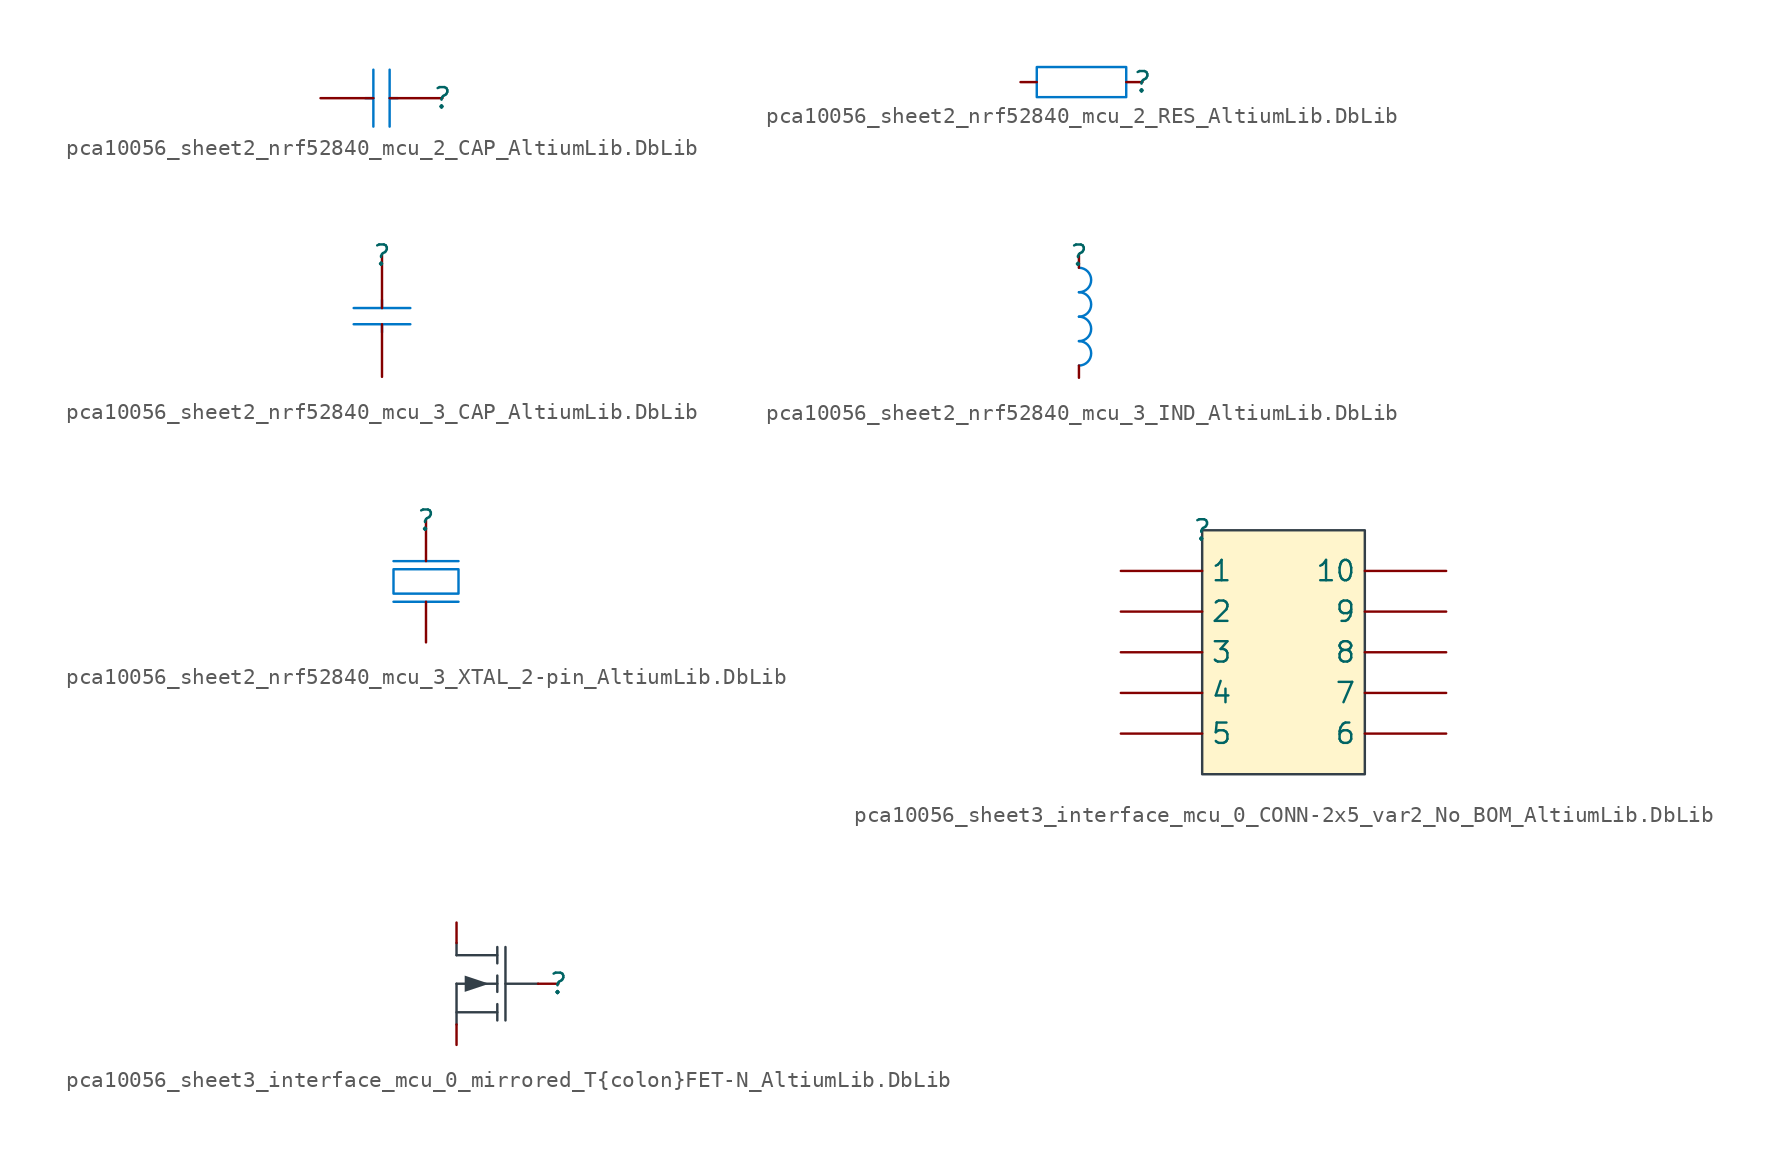
<source format=kicad_sym>
(kicad_symbol_lib
  (version 20241209)
  (generator "kicad_symbol_editor")
  (generator_version "9.0")
  (symbol "pca10056_sheet2_nrf52840_mcu_2_CAP_AltiumLib.DbLib"
    (pin_numbers
      (hide yes))
    (pin_names
      (hide yes))
    (property "Reference" ""
      (at 0 0 0)
      (effects (font (size 1.27 1.27))))
    (property "Value" ""
      (at 0 0 0)
      (effects (font (size 1.27 1.27))))
    (symbol "pca10056_sheet2_nrf52840_mcu_2_CAP_AltiumLib.DbLib_1_0"
      (polyline (pts (xy -4.318 1.778) (xy -4.318 -1.778)) (stroke (width 0) (type solid) (color 0 119 200 1)) (fill (type none)))
      (polyline (pts (xy -4.318 0) (xy -4.826 0)) (stroke (width 0) (type solid) (color 0 119 200 1)) (fill (type none)))
      (polyline (pts (xy -3.302 1.778) (xy -3.302 -1.778)) (stroke (width 0) (type solid) (color 0 119 200 1)) (fill (type none)))
      (polyline (pts (xy -3.302 0) (xy -2.794 0)) (stroke (width 0) (type solid) (color 0 119 200 1)) (fill (type none)))
      (pin passive line (at -7.62 0 0) (length 3.302) (name "2" (effects (font (size 1.27 1.27)))) (number "2" (effects (font (size 1.27 1.27)))))
      (pin passive line (at 0 0 180) (length 3.302) (name "1" (effects (font (size 1.27 1.27)))) (number "1" (effects (font (size 1.27 1.27)))))))
  (symbol "pca10056_sheet2_nrf52840_mcu_2_RES_AltiumLib.DbLib"
    (pin_numbers
      (hide yes))
    (pin_names
      (hide yes))
    (property "Reference" ""
      (at 0 0 0)
      (effects (font (size 1.27 1.27))))
    (property "Value" ""
      (at 0 0 0)
      (effects (font (size 1.27 1.27))))
    (symbol "pca10056_sheet2_nrf52840_mcu_2_RES_AltiumLib.DbLib_1_0"
      (polyline (pts (xy -6.604 -0.94) (xy -1.016 -0.94) (xy -1.016 0.94) (xy -6.604 0.94) (xy -6.604 -0.94)) (stroke (width 0) (type solid) (color 0 119 200 1)) (fill (type none)))
      (pin passive line (at -7.62 0 0) (length 1.016) (name "2" (effects (font (size 1.27 1.27)))) (number "2" (effects (font (size 1.27 1.27)))))
      (pin passive line (at 0 0 180) (length 1.016) (name "1" (effects (font (size 1.27 1.27)))) (number "1" (effects (font (size 1.27 1.27)))))))
  (symbol "pca10056_sheet2_nrf52840_mcu_3_CAP_AltiumLib.DbLib"
    (pin_numbers
      (hide yes))
    (pin_names
      (hide yes))
    (property "Reference" ""
      (at 0 0 0)
      (effects (font (size 1.27 1.27))))
    (property "Value" ""
      (at 0 0 0)
      (effects (font (size 1.27 1.27))))
    (symbol "pca10056_sheet2_nrf52840_mcu_3_CAP_AltiumLib.DbLib_1_0"
      (polyline (pts (xy -1.778 -3.302) (xy 1.778 -3.302)) (stroke (width 0) (type solid) (color 0 119 200 1)) (fill (type none)))
      (polyline (pts (xy -1.778 -4.318) (xy 1.778 -4.318)) (stroke (width 0) (type solid) (color 0 119 200 1)) (fill (type none)))
      (polyline (pts (xy 0 -3.302) (xy 0 -2.794)) (stroke (width 0) (type solid) (color 0 119 200 1)) (fill (type none)))
      (polyline (pts (xy 0 -4.318) (xy 0 -4.826)) (stroke (width 0) (type solid) (color 0 119 200 1)) (fill (type none)))
      (pin passive line (at 0 0 270) (length 3.302) (name "1" (effects (font (size 1.27 1.27)))) (number "1" (effects (font (size 1.27 1.27)))))
      (pin passive line (at 0 -7.62 90) (length 3.302) (name "2" (effects (font (size 1.27 1.27)))) (number "2" (effects (font (size 1.27 1.27)))))))
  (symbol "pca10056_sheet2_nrf52840_mcu_3_IND_AltiumLib.DbLib"
    (pin_numbers
      (hide yes))
    (pin_names
      (hide yes))
    (property "Reference" ""
      (at 0 0 0)
      (effects (font (size 1.27 1.27))))
    (property "Value" ""
      (at 0 0 0)
      (effects (font (size 1.27 1.27))))
    (symbol "pca10056_sheet2_nrf52840_mcu_3_IND_AltiumLib.DbLib_1_0"
      (arc (start 0 -0.762) (mid 0.762 -1.524) (end 0 -2.286) (stroke (width 0) (type solid) (color 0 119 200 1)) (fill (type none)))
      (arc (start 0 -2.286) (mid 0.762 -3.048) (end 0 -3.81) (stroke (width 0) (type solid) (color 0 119 200 1)) (fill (type none)))
      (arc (start 0 -3.81) (mid 0.762 -4.572) (end 0 -5.334) (stroke (width 0) (type solid) (color 0 119 200 1)) (fill (type none)))
      (arc (start 0 -5.334) (mid 0.762 -6.096) (end 0 -6.858) (stroke (width 0) (type solid) (color 0 119 200 1)) (fill (type none)))
      (pin passive line (at 0 0 270) (length 0.762) (name "1" (effects (font (size 1.27 1.27)))) (number "1" (effects (font (size 1.27 1.27)))))
      (pin passive line (at 0 -7.62 90) (length 0.762) (name "2" (effects (font (size 1.27 1.27)))) (number "2" (effects (font (size 1.27 1.27)))))))
  (symbol "pca10056_sheet2_nrf52840_mcu_3_XTAL_2-pin_AltiumLib.DbLib"
    (pin_numbers
      (hide yes))
    (pin_names
      (hide yes))
    (property "Reference" ""
      (at 0 0 0)
      (effects (font (size 1.27 1.27))))
    (property "Value" ""
      (at 0 0 0)
      (effects (font (size 1.27 1.27))))
    (symbol "pca10056_sheet2_nrf52840_mcu_3_XTAL_2-pin_AltiumLib.DbLib_1_0"
      (polyline (pts (xy -2.032 -4.572) (xy 2.032 -4.572) (xy 2.032 -3.048) (xy -2.032 -3.048) (xy -2.032 -4.572)) (stroke (width 0) (type solid) (color 0 119 200 1)) (fill (type none)))
      (polyline (pts (xy 2.032 -2.54) (xy -2.032 -2.54)) (stroke (width 0) (type solid) (color 0 119 200 1)) (fill (type none)))
      (polyline (pts (xy 2.032 -5.08) (xy -2.032 -5.08)) (stroke (width 0) (type solid) (color 0 119 200 1)) (fill (type none)))
      (pin passive line (at 0 0 270) (length 2.54) (name "inp" (effects (font (size 1.27 1.27)))) (number "1" (effects (font (size 1.27 1.27)))))
      (pin passive line (at 0 -7.62 90) (length 2.54) (name "out" (effects (font (size 1.27 1.27)))) (number "2" (effects (font (size 1.27 1.27)))))))
  (symbol "pca10056_sheet3_interface_mcu_0_CONN-2x5_var2_No_BOM_AltiumLib.DbLib"
    (pin_numbers
      (hide yes))
    (property "Reference" ""
      (at 0 0 0)
      (effects (font (size 1.27 1.27))))
    (property "Value" ""
      (at 0 0 0)
      (effects (font (size 1.27 1.27))))
    (symbol "pca10056_sheet3_interface_mcu_0_CONN-2x5_var2_No_BOM_AltiumLib.DbLib_1_0"
      (rectangle (start 10.16 0) (end 0 -15.24) (stroke (width 0) (type solid) (color 51 63 72 1)) (fill (type color) (color 255 245 204 1)))
      (pin passive line (at -5.08 -2.54 0) (length 5.08) (name "1" (effects (font (size 1.27 1.27)))) (number "1" (effects (font (size 1.27 1.27)))))
      (pin passive line (at -5.08 -5.08 0) (length 5.08) (name "2" (effects (font (size 1.27 1.27)))) (number "2" (effects (font (size 1.27 1.27)))))
      (pin passive line (at -5.08 -7.62 0) (length 5.08) (name "3" (effects (font (size 1.27 1.27)))) (number "3" (effects (font (size 1.27 1.27)))))
      (pin passive line (at -5.08 -10.16 0) (length 5.08) (name "4" (effects (font (size 1.27 1.27)))) (number "4" (effects (font (size 1.27 1.27)))))
      (pin passive line (at -5.08 -12.7 0) (length 5.08) (name "5" (effects (font (size 1.27 1.27)))) (number "5" (effects (font (size 1.27 1.27)))))
      (pin passive line (at 15.24 -2.54 180) (length 5.08) (name "10" (effects (font (size 1.27 1.27)))) (number "10" (effects (font (size 1.27 1.27)))))
      (pin passive line (at 15.24 -5.08 180) (length 5.08) (name "9" (effects (font (size 1.27 1.27)))) (number "9" (effects (font (size 1.27 1.27)))))
      (pin passive line (at 15.24 -7.62 180) (length 5.08) (name "8" (effects (font (size 1.27 1.27)))) (number "8" (effects (font (size 1.27 1.27)))))
      (pin passive line (at 15.24 -10.16 180) (length 5.08) (name "7" (effects (font (size 1.27 1.27)))) (number "7" (effects (font (size 1.27 1.27)))))
      (pin passive line (at 15.24 -12.7 180) (length 5.08) (name "6" (effects (font (size 1.27 1.27)))) (number "6" (effects (font (size 1.27 1.27)))))))
  (symbol "pca10056_sheet3_interface_mcu_0_mirrored_T{colon}FET-N_AltiumLib.DbLib"
    (pin_numbers
      (hide yes))
    (pin_names
      (hide yes))
    (property "Reference" ""
      (at 0 0 0)
      (effects (font (size 1.27 1.27))))
    (property "Value" ""
      (at 0 0 0)
      (effects (font (size 1.27 1.27))))
    (symbol "pca10056_sheet3_interface_mcu_0_mirrored_T{colon}FET-N_AltiumLib.DbLib_1_0"
      (polyline (pts (xy -6.35 1.778) (xy -6.35 2.54)) (stroke (width 0) (type solid) (color 51 63 72 1)) (fill (type none)))
      (polyline (pts (xy -6.35 1.778) (xy -3.81 1.778)) (stroke (width 0) (type solid) (color 51 63 72 1)) (fill (type none)))
      (polyline (pts (xy -6.35 0) (xy -6.35 -2.54)) (stroke (width 0) (type solid) (color 51 63 72 1)) (fill (type none)))
      (polyline (pts (xy -6.35 0) (xy -3.81 0)) (stroke (width 0) (type solid) (color 51 63 72 1)) (fill (type none)))
      (polyline (pts (xy -6.35 -1.778) (xy -3.81 -1.778)) (stroke (width 0) (type solid) (color 51 63 72 1)) (fill (type none)))
      (polyline (pts (xy -4.318 0) (xy -5.842 -0.508) (xy -5.842 0.508) (xy -4.318 0)) (stroke (width -0.0001) (type solid) (color 51 63 72 1)) (fill (type outline)))
      (polyline (pts (xy -3.81 1.27) (xy -3.81 2.286)) (stroke (width 0) (type solid) (color 51 63 72 1)) (fill (type none)))
      (polyline (pts (xy -3.81 -0.508) (xy -3.81 0.508)) (stroke (width 0) (type solid) (color 51 63 72 1)) (fill (type none)))
      (polyline (pts (xy -3.81 -2.286) (xy -3.81 -1.27)) (stroke (width 0) (type solid) (color 51 63 72 1)) (fill (type none)))
      (polyline (pts (xy -3.302 2.286) (xy -3.302 -2.286)) (stroke (width 0) (type solid) (color 51 63 72 1)) (fill (type none)))
      (polyline (pts (xy -1.27 0) (xy -3.302 0)) (stroke (width 0) (type solid) (color 51 63 72 1)) (fill (type none)))
      (pin passive line (at -6.35 3.81 270) (length 1.27) (name "D" (effects (font (size 1.27 1.27)))) (number "3" (effects (font (size 1.27 1.27)))))
      (pin passive line (at -6.35 -3.81 90) (length 1.27) (name "S" (effects (font (size 1.27 1.27)))) (number "2" (effects (font (size 1.27 1.27)))))
      (pin passive line (at 0 0 180) (length 1.27) (name "G" (effects (font (size 1.27 1.27)))) (number "1" (effects (font (size 1.27 1.27))))))))
</source>
